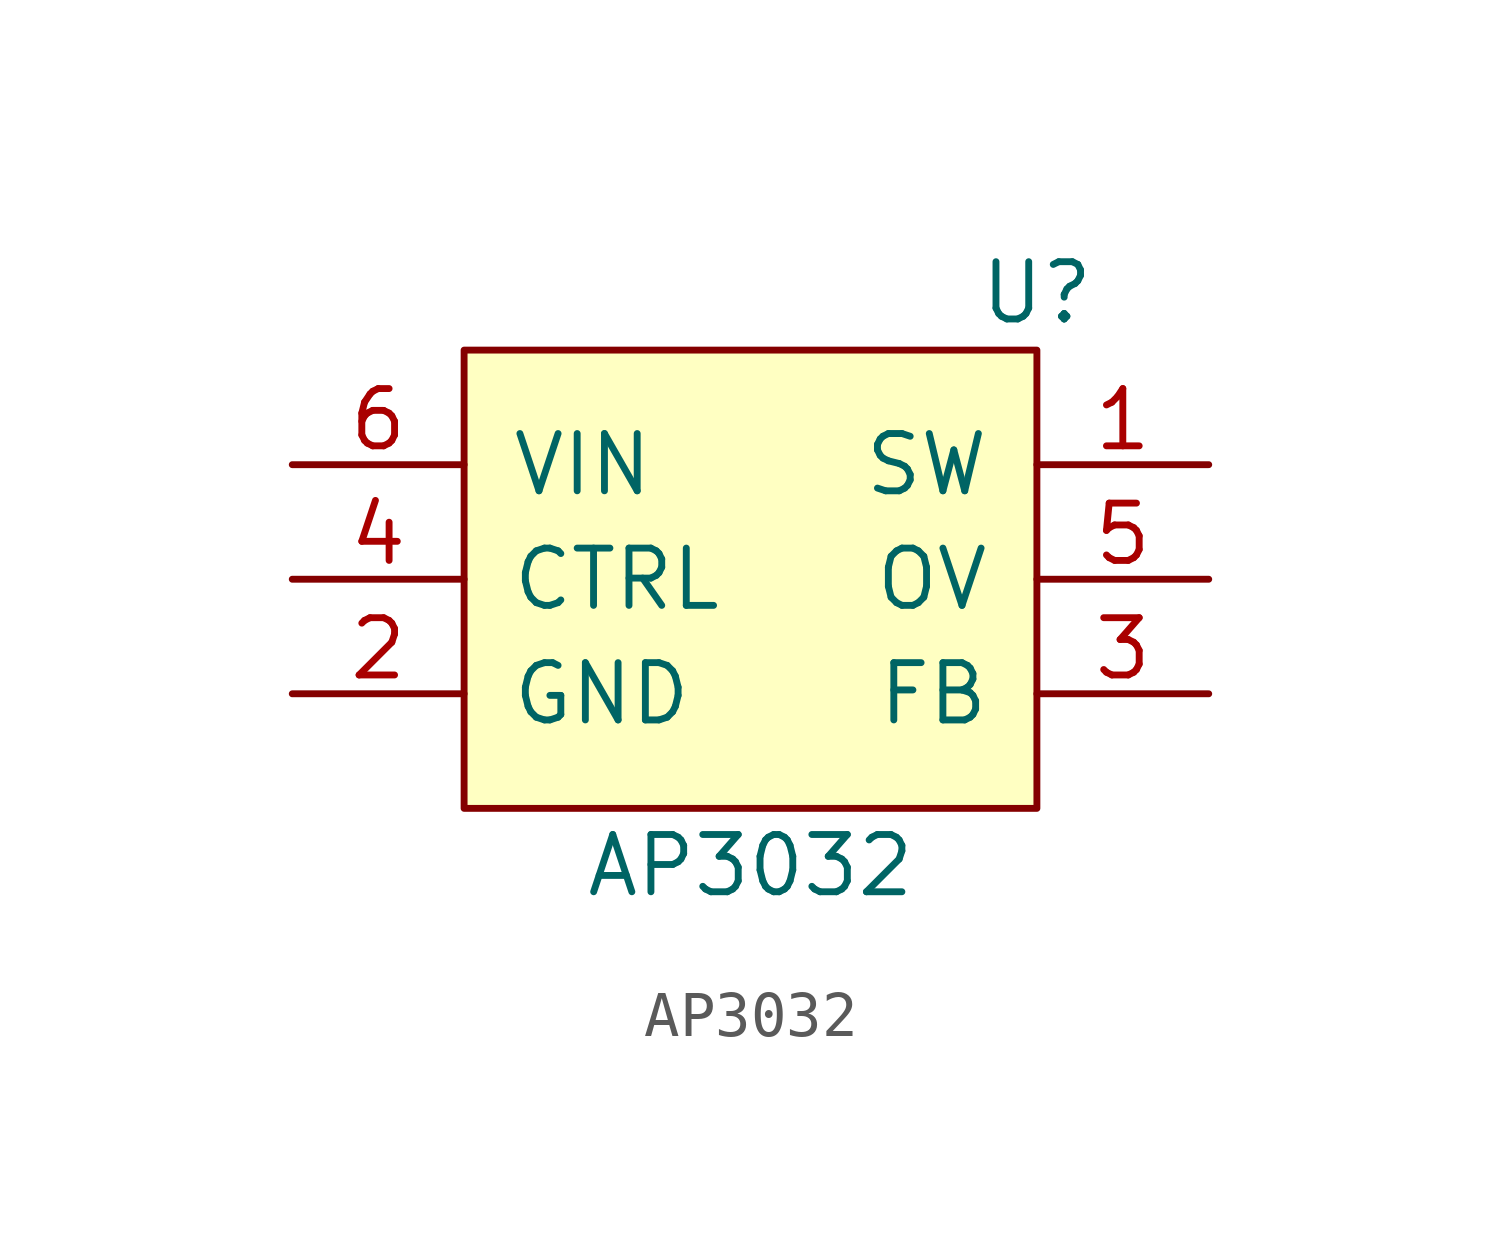
<source format=kicad_sym>
(kicad_symbol_lib
  (version 20220914)
  (generator kicad_symbol_editor)
  (symbol "AP3032"
    (pin_names
      (offset 1.016))
    (property "Reference" "U"
      (at 6.35 6.35 0)
      (effects (font (size 1.27 1.27))))
    (property "Value" "AP3032"
      (at 0 -6.35 0)
      (effects (font (size 1.27 1.27))))
    (symbol "AP3032_0_1"
      (rectangle (start -6.35 5.08) (end 6.35 -5.08) (stroke (width 0) (type solid)) (fill (type background))))
    (symbol "AP3032_1_1"
      (pin power_out line (at 10.16 2.54 180) (length 3.81) (name "SW" (effects (font (size 1.27 1.27)))) (number "1" (effects (font (size 1.27 1.27)))))
      (pin power_in line (at -10.16 -2.54 0) (length 3.81) (name "GND" (effects (font (size 1.27 1.27)))) (number "2" (effects (font (size 1.27 1.27)))))
      (pin output line (at 10.16 -2.54 180) (length 3.81) (name "FB" (effects (font (size 1.27 1.27)))) (number "3" (effects (font (size 1.27 1.27)))))
      (pin input line (at -10.16 0 0) (length 3.81) (name "CTRL" (effects (font (size 1.27 1.27)))) (number "4" (effects (font (size 1.27 1.27)))))
      (pin input line (at 10.16 0 180) (length 3.81) (name "OV" (effects (font (size 1.27 1.27)))) (number "5" (effects (font (size 1.27 1.27)))))
      (pin power_in line (at -10.16 2.54 0) (length 3.81) (name "VIN" (effects (font (size 1.27 1.27)))) (number "6" (effects (font (size 1.27 1.27))))))))
</source>
